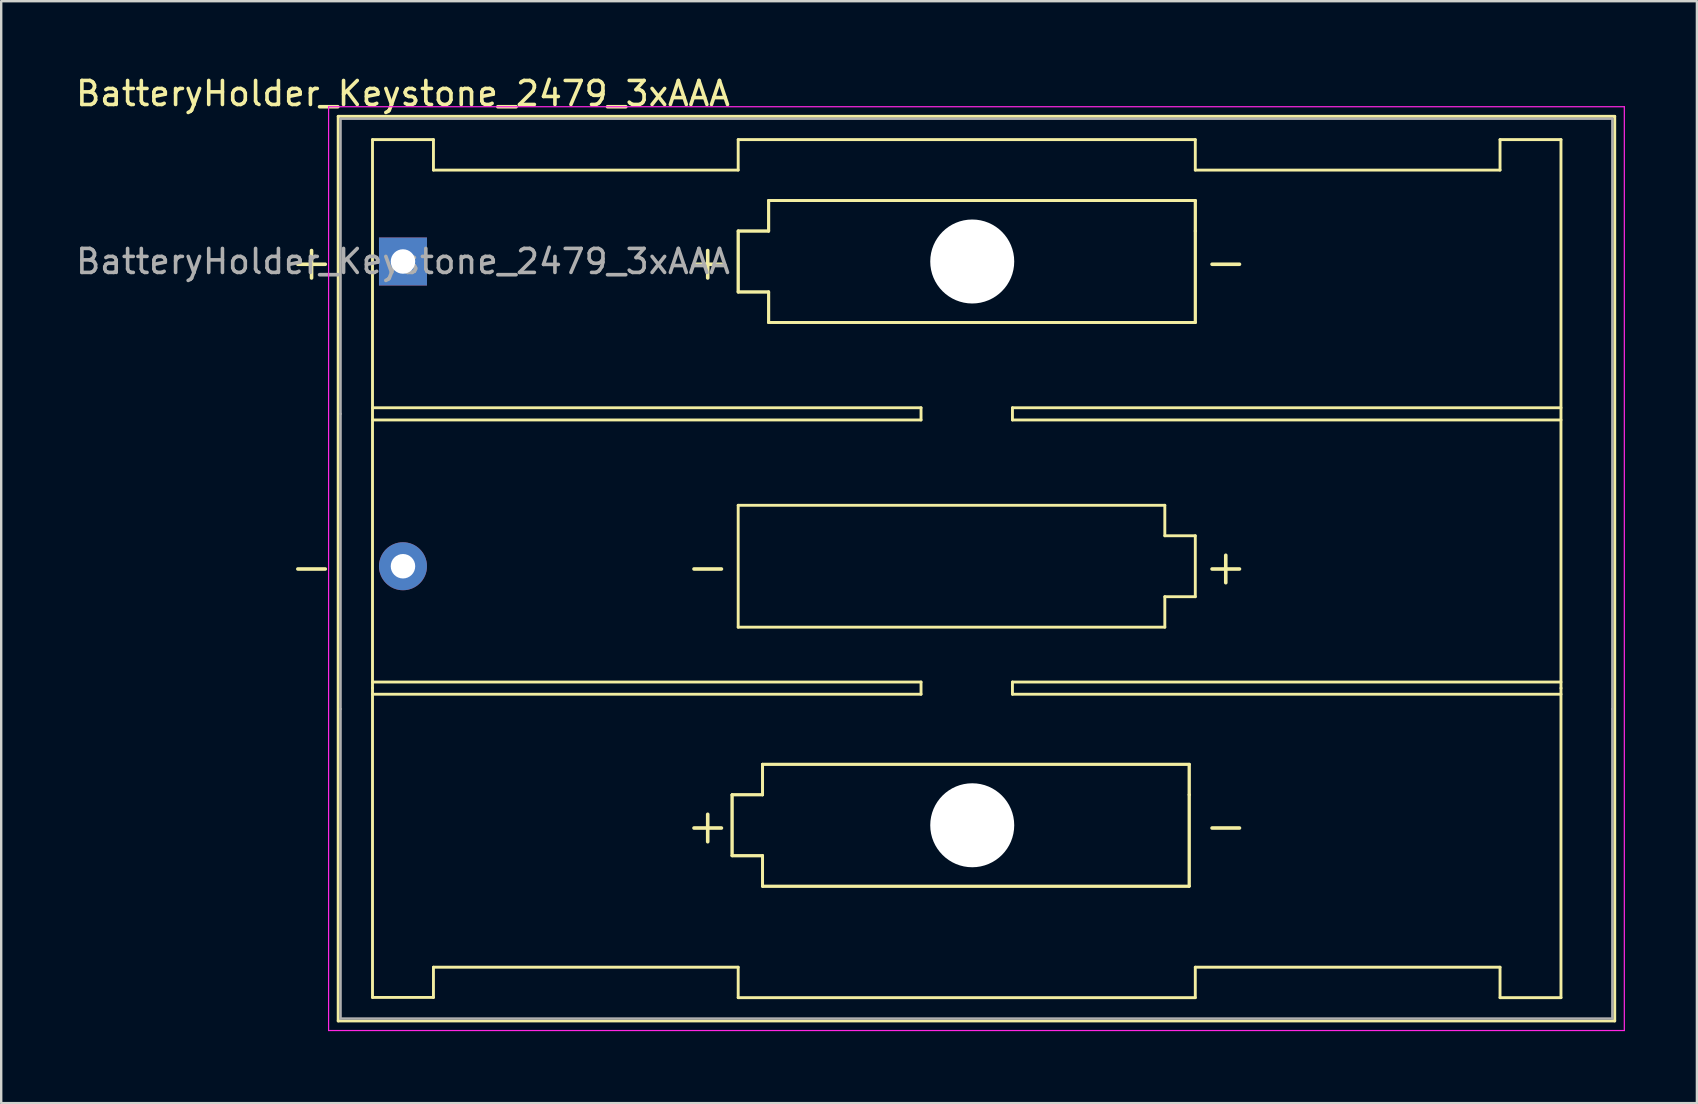
<source format=kicad_pcb>
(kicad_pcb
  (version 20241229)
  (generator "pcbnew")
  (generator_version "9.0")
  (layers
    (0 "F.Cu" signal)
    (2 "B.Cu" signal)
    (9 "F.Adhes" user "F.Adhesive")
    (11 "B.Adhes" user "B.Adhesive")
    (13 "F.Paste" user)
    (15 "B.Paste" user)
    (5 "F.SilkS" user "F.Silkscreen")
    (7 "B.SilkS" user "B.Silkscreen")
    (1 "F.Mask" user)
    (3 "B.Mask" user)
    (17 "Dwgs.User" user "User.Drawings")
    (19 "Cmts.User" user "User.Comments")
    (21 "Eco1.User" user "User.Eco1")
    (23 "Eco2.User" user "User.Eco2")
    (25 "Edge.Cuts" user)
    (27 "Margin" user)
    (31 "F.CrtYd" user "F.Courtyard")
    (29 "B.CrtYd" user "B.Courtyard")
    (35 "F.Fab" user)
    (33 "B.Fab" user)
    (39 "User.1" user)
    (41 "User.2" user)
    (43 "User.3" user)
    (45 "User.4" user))
  (footprint "BatteryHolder_Keystone_2479_3xAAA"
    (layer "F.Cu")
    (at 13.744 7.848)
    (property "Reference" "BatteryHolder_Keystone_2479_3xAAA" (at 0 -7 180) (layer "F.SilkS") (effects (font (size 1 1) (thickness 0.15))))
    (attr through_hole)
    (fp_line (start -2.7 -6.05) (end -2.7 31.65) (stroke (width 0.12) (type solid)) (layer "F.SilkS"))
    (fp_line (start -2.7 31.65) (end 50.5 31.65) (stroke (width 0.12) (type solid)) (layer "F.SilkS"))
    (fp_line (start -1.27 -5.08) (end -1.27 17.78) (stroke (width 0.12) (type solid)) (layer "F.SilkS"))
    (fp_line (start -1.27 6.096) (end 21.59 6.096) (stroke (width 0.12) (type solid)) (layer "F.SilkS"))
    (fp_line (start -1.27 17.526) (end 21.59 17.526) (stroke (width 0.12) (type solid)) (layer "F.SilkS"))
    (fp_line (start -1.27 17.78) (end -1.27 30.671) (stroke (width 0.12) (type solid)) (layer "F.SilkS"))
    (fp_line (start -1.27 30.671) (end 1.27 30.671) (stroke (width 0.12) (type solid)) (layer "F.SilkS"))
    (fp_line (start 1.27 -5.08) (end -1.27 -5.08) (stroke (width 0.12) (type solid)) (layer "F.SilkS"))
    (fp_line (start 1.27 -3.81) (end 1.27 -5.08) (stroke (width 0.12) (type solid)) (layer "F.SilkS"))
    (fp_line (start 1.27 -3.81) (end 13.97 -3.81) (stroke (width 0.12) (type solid)) (layer "F.SilkS"))
    (fp_line (start 1.27 29.41) (end 13.97 29.41) (stroke (width 0.12) (type solid)) (layer "F.SilkS"))
    (fp_line (start 1.27 30.671) (end 1.27 29.41) (stroke (width 0.12) (type solid)) (layer "F.SilkS"))
    (fp_line (start 13.716 22.225) (end 14.986 22.225) (stroke (width 0.12) (type solid)) (layer "F.SilkS"))
    (fp_line (start 13.716 22.225) (end 14.986 22.225) (stroke (width 0.12) (type solid)) (layer "F.SilkS"))
    (fp_line (start 13.716 24.765) (end 13.716 22.225) (stroke (width 0.12) (type solid)) (layer "F.SilkS"))
    (fp_line (start 13.716 24.765) (end 13.716 22.225) (stroke (width 0.12) (type solid)) (layer "F.SilkS"))
    (fp_line (start 13.97 -5.08) (end 13.97 -3.81) (stroke (width 0.12) (type solid)) (layer "F.SilkS"))
    (fp_line (start 13.97 -1.27) (end 15.24 -1.27) (stroke (width 0.12) (type solid)) (layer "F.SilkS"))
    (fp_line (start 13.97 -1.27) (end 15.24 -1.27) (stroke (width 0.12) (type solid)) (layer "F.SilkS"))
    (fp_line (start 13.97 1.27) (end 13.97 -1.27) (stroke (width 0.12) (type solid)) (layer "F.SilkS"))
    (fp_line (start 13.97 1.27) (end 13.97 -1.27) (stroke (width 0.12) (type solid)) (layer "F.SilkS"))
    (fp_line (start 13.97 10.16) (end 31.75 10.16) (stroke (width 0.12) (type solid)) (layer "F.SilkS"))
    (fp_line (start 13.97 15.24) (end 13.97 10.16) (stroke (width 0.12) (type solid)) (layer "F.SilkS"))
    (fp_line (start 13.97 29.41) (end 13.97 30.68) (stroke (width 0.12) (type solid)) (layer "F.SilkS"))
    (fp_line (start 13.97 30.68) (end 33.02 30.68) (stroke (width 0.12) (type solid)) (layer "F.SilkS"))
    (fp_line (start 14.986 20.955) (end 32.766 20.955) (stroke (width 0.12) (type solid)) (layer "F.SilkS"))
    (fp_line (start 14.986 20.955) (end 32.766 20.955) (stroke (width 0.12) (type solid)) (layer "F.SilkS"))
    (fp_line (start 14.986 22.225) (end 14.986 20.955) (stroke (width 0.12) (type solid)) (layer "F.SilkS"))
    (fp_line (start 14.986 22.225) (end 14.986 20.955) (stroke (width 0.12) (type solid)) (layer "F.SilkS"))
    (fp_line (start 14.986 24.765) (end 13.716 24.765) (stroke (width 0.12) (type solid)) (layer "F.SilkS"))
    (fp_line (start 14.986 24.765) (end 13.716 24.765) (stroke (width 0.12) (type solid)) (layer "F.SilkS"))
    (fp_line (start 14.986 26.035) (end 14.986 24.765) (stroke (width 0.12) (type solid)) (layer "F.SilkS"))
    (fp_line (start 14.986 26.035) (end 14.986 24.765) (stroke (width 0.12) (type solid)) (layer "F.SilkS"))
    (fp_line (start 15.24 -2.54) (end 33.02 -2.54) (stroke (width 0.12) (type solid)) (layer "F.SilkS"))
    (fp_line (start 15.24 -2.54) (end 33.02 -2.54) (stroke (width 0.12) (type solid)) (layer "F.SilkS"))
    (fp_line (start 15.24 -1.27) (end 15.24 -2.54) (stroke (width 0.12) (type solid)) (layer "F.SilkS"))
    (fp_line (start 15.24 -1.27) (end 15.24 -2.54) (stroke (width 0.12) (type solid)) (layer "F.SilkS"))
    (fp_line (start 15.24 1.27) (end 13.97 1.27) (stroke (width 0.12) (type solid)) (layer "F.SilkS"))
    (fp_line (start 15.24 1.27) (end 13.97 1.27) (stroke (width 0.12) (type solid)) (layer "F.SilkS"))
    (fp_line (start 15.24 2.54) (end 15.24 1.27) (stroke (width 0.12) (type solid)) (layer "F.SilkS"))
    (fp_line (start 15.24 2.54) (end 15.24 1.27) (stroke (width 0.12) (type solid)) (layer "F.SilkS"))
    (fp_line (start 21.59 6.096) (end 21.59 6.604) (stroke (width 0.12) (type solid)) (layer "F.SilkS"))
    (fp_line (start 21.59 6.604) (end -1.27 6.604) (stroke (width 0.12) (type solid)) (layer "F.SilkS"))
    (fp_line (start 21.59 17.526) (end 21.59 18.034) (stroke (width 0.12) (type solid)) (layer "F.SilkS"))
    (fp_line (start 21.59 18.034) (end -1.27 18.034) (stroke (width 0.12) (type solid)) (layer "F.SilkS"))
    (fp_line (start 25.4 6.096) (end 25.4 6.604) (stroke (width 0.12) (type solid)) (layer "F.SilkS"))
    (fp_line (start 25.4 6.604) (end 48.26 6.604) (stroke (width 0.12) (type solid)) (layer "F.SilkS"))
    (fp_line (start 25.4 17.526) (end 25.4 18.034) (stroke (width 0.12) (type solid)) (layer "F.SilkS"))
    (fp_line (start 25.4 18.034) (end 48.26 18.034) (stroke (width 0.12) (type solid)) (layer "F.SilkS"))
    (fp_line (start 31.75 10.16) (end 31.75 11.43) (stroke (width 0.12) (type solid)) (layer "F.SilkS"))
    (fp_line (start 31.75 11.43) (end 33.02 11.43) (stroke (width 0.12) (type solid)) (layer "F.SilkS"))
    (fp_line (start 31.75 13.97) (end 31.75 15.24) (stroke (width 0.12) (type solid)) (layer "F.SilkS"))
    (fp_line (start 31.75 15.24) (end 13.97 15.24) (stroke (width 0.12) (type solid)) (layer "F.SilkS"))
    (fp_line (start 32.766 20.955) (end 32.766 22.225) (stroke (width 0.12) (type solid)) (layer "F.SilkS"))
    (fp_line (start 32.766 20.955) (end 32.766 22.225) (stroke (width 0.12) (type solid)) (layer "F.SilkS"))
    (fp_line (start 32.766 22.225) (end 32.766 26.035) (stroke (width 0.12) (type solid)) (layer "F.SilkS"))
    (fp_line (start 32.766 22.225) (end 32.766 26.035) (stroke (width 0.12) (type solid)) (layer "F.SilkS"))
    (fp_line (start 32.766 26.035) (end 14.986 26.035) (stroke (width 0.12) (type solid)) (layer "F.SilkS"))
    (fp_line (start 32.766 26.035) (end 14.986 26.035) (stroke (width 0.12) (type solid)) (layer "F.SilkS"))
    (fp_line (start 33.02 -5.08) (end 13.97 -5.08) (stroke (width 0.12) (type solid)) (layer "F.SilkS"))
    (fp_line (start 33.02 -3.81) (end 33.02 -5.08) (stroke (width 0.12) (type solid)) (layer "F.SilkS"))
    (fp_line (start 33.02 -2.54) (end 33.02 -1.27) (stroke (width 0.12) (type solid)) (layer "F.SilkS"))
    (fp_line (start 33.02 -2.54) (end 33.02 -1.27) (stroke (width 0.12) (type solid)) (layer "F.SilkS"))
    (fp_line (start 33.02 -1.27) (end 33.02 2.54) (stroke (width 0.12) (type solid)) (layer "F.SilkS"))
    (fp_line (start 33.02 -1.27) (end 33.02 2.54) (stroke (width 0.12) (type solid)) (layer "F.SilkS"))
    (fp_line (start 33.02 2.54) (end 15.24 2.54) (stroke (width 0.12) (type solid)) (layer "F.SilkS"))
    (fp_line (start 33.02 2.54) (end 15.24 2.54) (stroke (width 0.12) (type solid)) (layer "F.SilkS"))
    (fp_line (start 33.02 11.43) (end 33.02 13.97) (stroke (width 0.12) (type solid)) (layer "F.SilkS"))
    (fp_line (start 33.02 13.97) (end 31.75 13.97) (stroke (width 0.12) (type solid)) (layer "F.SilkS"))
    (fp_line (start 33.02 30.68) (end 33.02 29.41) (stroke (width 0.12) (type solid)) (layer "F.SilkS"))
    (fp_line (start 45.72 -5.08) (end 45.72 -3.81) (stroke (width 0.12) (type solid)) (layer "F.SilkS"))
    (fp_line (start 45.72 -3.81) (end 33.02 -3.81) (stroke (width 0.12) (type solid)) (layer "F.SilkS"))
    (fp_line (start 45.72 29.41) (end 33.02 29.41) (stroke (width 0.12) (type solid)) (layer "F.SilkS"))
    (fp_line (start 45.72 30.68) (end 45.72 29.41) (stroke (width 0.12) (type solid)) (layer "F.SilkS"))
    (fp_line (start 48.26 -5.08) (end 45.72 -5.08) (stroke (width 0.12) (type solid)) (layer "F.SilkS"))
    (fp_line (start 48.26 -5.08) (end 48.26 17.78) (stroke (width 0.12) (type solid)) (layer "F.SilkS"))
    (fp_line (start 48.26 6.096) (end 25.4 6.096) (stroke (width 0.12) (type solid)) (layer "F.SilkS"))
    (fp_line (start 48.26 17.526) (end 25.4 17.526) (stroke (width 0.12) (type solid)) (layer "F.SilkS"))
    (fp_line (start 48.26 17.78) (end 48.26 30.68) (stroke (width 0.12) (type solid)) (layer "F.SilkS"))
    (fp_line (start 48.26 30.68) (end 45.72 30.68) (stroke (width 0.12) (type solid)) (layer "F.SilkS"))
    (fp_line (start 50.5 -6.05) (end -2.7 -6.05) (stroke (width 0.12) (type solid)) (layer "F.SilkS"))
    (fp_line (start 50.5 31.65) (end 50.5 -6.05) (stroke (width 0.12) (type solid)) (layer "F.SilkS"))
    (fp_line (start -3.1 -6.45) (end 50.9 -6.45) (stroke (width 0.05) (type solid)) (layer "F.CrtYd"))
    (fp_line (start -3.1 32.05) (end -3.1 -6.45) (stroke (width 0.05) (type solid)) (layer "F.CrtYd"))
    (fp_line (start 50.9 -6.45) (end 50.9 32.05) (stroke (width 0.05) (type solid)) (layer "F.CrtYd"))
    (fp_line (start 50.9 32.05) (end -3.1 32.05) (stroke (width 0.05) (type solid)) (layer "F.CrtYd"))
    (fp_line (start -2.6 -5.95) (end 50.4 -5.95) (stroke (width 0.1) (type solid)) (layer "F.Fab"))
    (fp_line (start -2.6 6.35) (end -2.6 -5.95) (stroke (width 0.1) (type solid)) (layer "F.Fab"))
    (fp_line (start -2.6 18.65) (end -2.6 6.35) (stroke (width 0.1) (type solid)) (layer "F.Fab"))
    (fp_line (start -2.6 18.65) (end -2.6 31.55) (stroke (width 0.1) (type solid)) (layer "F.Fab"))
    (fp_line (start -2.6 31.55) (end 50.4 31.55) (stroke (width 0.1) (type solid)) (layer "F.Fab"))
    (fp_line (start 50.4 18.65) (end 50.4 -5.95) (stroke (width 0.1) (type solid)) (layer "F.Fab"))
    (fp_line (start 50.4 18.65) (end 50.4 31.55) (stroke (width 0.1) (type solid)) (layer "F.Fab"))
    (fp_text user "-" (at 12.7 12.7 0) (layer "F.SilkS") (effects (font (size 1.5 1.5) (thickness 0.15))))
    (fp_text user "-" (at -3.81 12.7 0) (layer "F.SilkS") (effects (font (size 1.5 1.5) (thickness 0.15))))
    (fp_text user "+" (at 34.29 12.7 0) (layer "F.SilkS") (effects (font (size 1.5 1.5) (thickness 0.15))))
    (fp_text user "+" (at -3.81 0 0) (layer "F.SilkS") (effects (font (size 1.5 1.5) (thickness 0.15))))
    (fp_text user "-" (at 34.29 23.495 0) (layer "F.SilkS") (effects (font (size 1.5 1.5) (thickness 0.15))))
    (fp_text user "+" (at 12.7 0 0) (layer "F.SilkS") (effects (font (size 1.5 1.5) (thickness 0.15))))
    (fp_text user "+" (at 12.7 23.495 0) (layer "F.SilkS") (effects (font (size 1.5 1.5) (thickness 0.15))))
    (fp_text user "-" (at 34.29 0 0) (layer "F.SilkS") (effects (font (size 1.5 1.5) (thickness 0.15))))
    (fp_text user "${REFERENCE}" (at 0 0 0) (layer "F.Fab") (effects (font (size 1 1) (thickness 0.15))))
    (pad "" np_thru_hole circle (at 23.724 0) (size 3.5 3.5) (drill 3.5) (layers "*.Cu" "*.Mask"))
    (pad "" np_thru_hole circle (at 23.724 23.495) (size 3.5 3.5) (drill 3.5) (layers "*.Cu" "*.Mask"))
    (pad "1" thru_hole rect (at 0 0) (size 2 2) (drill 1.02) (layers "*.Cu" "*.Mask"))
    (pad "2" thru_hole circle (at 0 12.7) (size 2 2) (drill 1.02) (layers "*.Cu" "*.Mask")))
  (gr_rect
    (start -3 -3)
    (end 67.669 42.923)
    (stroke (width 0.1) (type default))
    (fill no)
    (layer "Edge.Cuts")))
</source>
